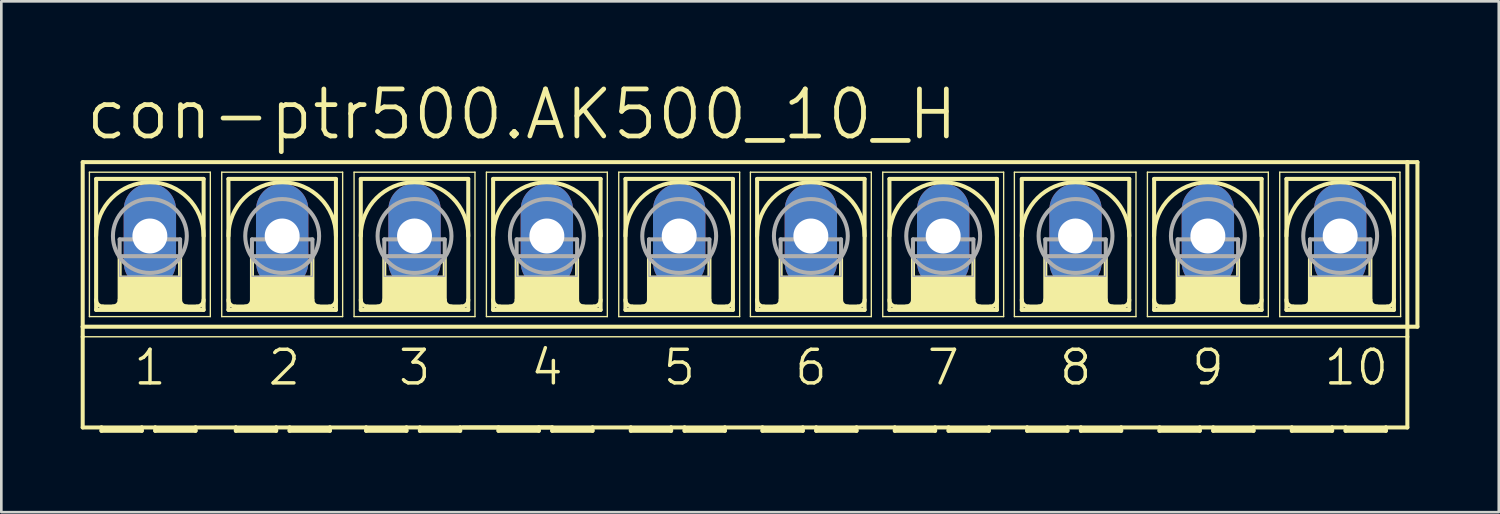
<source format=kicad_pcb>
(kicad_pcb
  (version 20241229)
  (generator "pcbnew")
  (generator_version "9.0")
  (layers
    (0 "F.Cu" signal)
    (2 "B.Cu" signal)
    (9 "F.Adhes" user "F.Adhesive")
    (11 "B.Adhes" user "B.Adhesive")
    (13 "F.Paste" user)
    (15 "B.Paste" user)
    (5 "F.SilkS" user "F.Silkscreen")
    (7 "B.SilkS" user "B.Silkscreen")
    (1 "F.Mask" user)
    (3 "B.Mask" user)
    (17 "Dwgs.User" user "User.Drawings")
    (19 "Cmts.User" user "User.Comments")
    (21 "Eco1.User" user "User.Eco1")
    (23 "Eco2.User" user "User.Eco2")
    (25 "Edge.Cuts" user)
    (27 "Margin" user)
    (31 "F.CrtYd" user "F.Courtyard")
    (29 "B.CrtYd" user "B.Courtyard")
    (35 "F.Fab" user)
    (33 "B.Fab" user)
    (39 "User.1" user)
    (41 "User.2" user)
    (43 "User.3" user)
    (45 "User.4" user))
  (footprint "con-ptr500.AK500_10_H"
    (layer "F.Cu")
    (at 25.121 5.874)
    (property "Reference" "con-ptr500.AK500_10_H" (at -25.019 -3.556 0) (layer "F.SilkS") (effects (font (size 1.778 1.778) (thickness 0.18)) (justify left bottom)))
    (attr through_hole)
    (fp_line (start -25.044 3.429) (end -25.044 -2.794) (stroke (width 0.152) (type default)) (layer "F.SilkS"))
    (fp_line (start -25.044 3.429) (end 25.044 3.429) (stroke (width 0.152) (type default)) (layer "F.SilkS"))
    (fp_line (start -25.044 3.81) (end -25.044 3.429) (stroke (width 0.152) (type default)) (layer "F.SilkS"))
    (fp_line (start -25.044 7.239) (end -25.044 3.81) (stroke (width 0.152) (type default)) (layer "F.SilkS"))
    (fp_line (start -25.044 7.239) (end -24.333 7.239) (stroke (width 0.152) (type default)) (layer "F.SilkS"))
    (fp_line (start -24.79 -2.413) (end -24.79 3.048) (stroke (width 0.051) (type default)) (layer "F.SilkS"))
    (fp_line (start -24.79 -2.413) (end -20.218 -2.413) (stroke (width 0.051) (type default)) (layer "F.SilkS"))
    (fp_line (start -24.536 2.794) (end -24.536 -2.159) (stroke (width 0.152) (type default)) (layer "F.SilkS"))
    (fp_line (start -24.536 2.794) (end -20.472 2.794) (stroke (width 0.152) (type default)) (layer "F.SilkS"))
    (fp_line (start -24.333 7.239) (end -22.809 7.239) (stroke (width 0.152) (type default)) (layer "F.SilkS"))
    (fp_line (start -24.333 7.366) (end -24.333 7.239) (stroke (width 0.152) (type default)) (layer "F.SilkS"))
    (fp_line (start -24.333 7.366) (end -22.809 7.366) (stroke (width 0.152) (type default)) (layer "F.SilkS"))
    (fp_line (start -23.647 0.762) (end -23.647 2.413) (stroke (width 0.152) (type default)) (layer "F.SilkS"))
    (fp_line (start -22.809 7.239) (end -22.809 7.366) (stroke (width 0.152) (type default)) (layer "F.SilkS"))
    (fp_line (start -22.809 7.239) (end -22.301 7.239) (stroke (width 0.152) (type default)) (layer "F.SilkS"))
    (fp_line (start -22.301 7.239) (end -20.777 7.239) (stroke (width 0.152) (type default)) (layer "F.SilkS"))
    (fp_line (start -22.301 7.366) (end -22.301 7.239) (stroke (width 0.152) (type default)) (layer "F.SilkS"))
    (fp_line (start -22.301 7.366) (end -20.777 7.366) (stroke (width 0.152) (type default)) (layer "F.SilkS"))
    (fp_line (start -21.361 0.762) (end -21.361 2.413) (stroke (width 0.152) (type default)) (layer "F.SilkS"))
    (fp_line (start -20.777 7.239) (end -19.253 7.239) (stroke (width 0.152) (type default)) (layer "F.SilkS"))
    (fp_line (start -20.777 7.366) (end -20.777 7.239) (stroke (width 0.152) (type default)) (layer "F.SilkS"))
    (fp_line (start -20.726 2.667) (end -24.282 2.667) (stroke (width 0.152) (type default)) (layer "F.SilkS"))
    (fp_line (start -20.472 -2.159) (end -24.536 -2.159) (stroke (width 0.152) (type default)) (layer "F.SilkS"))
    (fp_line (start -20.472 -2.159) (end -20.472 2.794) (stroke (width 0.152) (type default)) (layer "F.SilkS"))
    (fp_line (start -20.218 -2.413) (end -20.218 3.048) (stroke (width 0.051) (type default)) (layer "F.SilkS"))
    (fp_line (start -20.218 3.048) (end -24.79 3.048) (stroke (width 0.051) (type default)) (layer "F.SilkS"))
    (fp_line (start -19.787 -2.413) (end -19.787 3.048) (stroke (width 0.051) (type default)) (layer "F.SilkS"))
    (fp_line (start -19.787 -2.413) (end -15.215 -2.413) (stroke (width 0.051) (type default)) (layer "F.SilkS"))
    (fp_line (start -19.533 -2.159) (end -19.533 2.794) (stroke (width 0.152) (type default)) (layer "F.SilkS"))
    (fp_line (start -19.533 2.794) (end -15.469 2.794) (stroke (width 0.152) (type default)) (layer "F.SilkS"))
    (fp_line (start -19.253 7.239) (end -17.729 7.239) (stroke (width 0.152) (type default)) (layer "F.SilkS"))
    (fp_line (start -19.253 7.366) (end -19.253 7.239) (stroke (width 0.152) (type default)) (layer "F.SilkS"))
    (fp_line (start -19.253 7.366) (end -17.729 7.366) (stroke (width 0.152) (type default)) (layer "F.SilkS"))
    (fp_line (start -18.644 0.762) (end -18.644 2.413) (stroke (width 0.152) (type default)) (layer "F.SilkS"))
    (fp_line (start -17.729 7.239) (end -17.729 7.366) (stroke (width 0.152) (type default)) (layer "F.SilkS"))
    (fp_line (start -17.729 7.239) (end -17.221 7.239) (stroke (width 0.152) (type default)) (layer "F.SilkS"))
    (fp_line (start -17.221 7.239) (end -15.697 7.239) (stroke (width 0.152) (type default)) (layer "F.SilkS"))
    (fp_line (start -17.221 7.366) (end -17.221 7.239) (stroke (width 0.152) (type default)) (layer "F.SilkS"))
    (fp_line (start -17.221 7.366) (end -15.697 7.366) (stroke (width 0.152) (type default)) (layer "F.SilkS"))
    (fp_line (start -16.358 0.762) (end -16.358 2.413) (stroke (width 0.152) (type default)) (layer "F.SilkS"))
    (fp_line (start -15.723 2.667) (end -19.279 2.667) (stroke (width 0.152) (type default)) (layer "F.SilkS"))
    (fp_line (start -15.697 7.366) (end -15.697 7.239) (stroke (width 0.152) (type default)) (layer "F.SilkS"))
    (fp_line (start -15.469 -2.159) (end -19.533 -2.159) (stroke (width 0.152) (type default)) (layer "F.SilkS"))
    (fp_line (start -15.469 2.794) (end -15.469 -2.159) (stroke (width 0.152) (type default)) (layer "F.SilkS"))
    (fp_line (start -15.215 3.048) (end -19.787 3.048) (stroke (width 0.051) (type default)) (layer "F.SilkS"))
    (fp_line (start -15.215 3.048) (end -15.215 -2.413) (stroke (width 0.051) (type default)) (layer "F.SilkS"))
    (fp_line (start -14.783 -2.413) (end -14.783 3.048) (stroke (width 0.051) (type default)) (layer "F.SilkS"))
    (fp_line (start -14.783 -2.413) (end -10.211 -2.413) (stroke (width 0.051) (type default)) (layer "F.SilkS"))
    (fp_line (start -14.529 2.794) (end -14.529 -2.159) (stroke (width 0.152) (type default)) (layer "F.SilkS"))
    (fp_line (start -14.529 2.794) (end -10.465 2.794) (stroke (width 0.152) (type default)) (layer "F.SilkS"))
    (fp_line (start -14.326 7.239) (end -15.697 7.239) (stroke (width 0.152) (type default)) (layer "F.SilkS"))
    (fp_line (start -14.326 7.239) (end -14.326 7.366) (stroke (width 0.152) (type default)) (layer "F.SilkS"))
    (fp_line (start -14.326 7.239) (end -12.802 7.239) (stroke (width 0.152) (type default)) (layer "F.SilkS"))
    (fp_line (start -14.326 7.366) (end -12.802 7.366) (stroke (width 0.152) (type default)) (layer "F.SilkS"))
    (fp_line (start -13.64 0.762) (end -13.64 2.413) (stroke (width 0.152) (type default)) (layer "F.SilkS"))
    (fp_line (start -12.802 7.239) (end -12.802 7.366) (stroke (width 0.152) (type default)) (layer "F.SilkS"))
    (fp_line (start -12.802 7.239) (end -12.294 7.239) (stroke (width 0.152) (type default)) (layer "F.SilkS"))
    (fp_line (start -12.294 7.239) (end -12.294 7.366) (stroke (width 0.152) (type default)) (layer "F.SilkS"))
    (fp_line (start -12.294 7.239) (end -10.77 7.239) (stroke (width 0.152) (type default)) (layer "F.SilkS"))
    (fp_line (start -12.294 7.366) (end -10.77 7.366) (stroke (width 0.152) (type default)) (layer "F.SilkS"))
    (fp_line (start -11.354 0.762) (end -11.354 2.413) (stroke (width 0.152) (type default)) (layer "F.SilkS"))
    (fp_line (start -10.77 7.366) (end -10.77 7.239) (stroke (width 0.152) (type default)) (layer "F.SilkS"))
    (fp_line (start -10.719 2.667) (end -14.275 2.667) (stroke (width 0.152) (type default)) (layer "F.SilkS"))
    (fp_line (start -10.465 -2.159) (end -14.529 -2.159) (stroke (width 0.152) (type default)) (layer "F.SilkS"))
    (fp_line (start -10.465 -2.159) (end -10.465 2.794) (stroke (width 0.152) (type default)) (layer "F.SilkS"))
    (fp_line (start -10.211 -2.413) (end -10.211 3.048) (stroke (width 0.051) (type default)) (layer "F.SilkS"))
    (fp_line (start -10.211 3.048) (end -14.783 3.048) (stroke (width 0.051) (type default)) (layer "F.SilkS"))
    (fp_line (start -9.779 -2.413) (end -9.779 3.048) (stroke (width 0.051) (type default)) (layer "F.SilkS"))
    (fp_line (start -9.779 -2.413) (end -5.207 -2.413) (stroke (width 0.051) (type default)) (layer "F.SilkS"))
    (fp_line (start -9.525 2.794) (end -9.525 -2.159) (stroke (width 0.152) (type default)) (layer "F.SilkS"))
    (fp_line (start -9.525 2.794) (end -5.461 2.794) (stroke (width 0.152) (type default)) (layer "F.SilkS"))
    (fp_line (start -9.322 7.239) (end -10.668 7.239) (stroke (width 0.152) (type default)) (layer "F.SilkS"))
    (fp_line (start -9.322 7.239) (end -9.322 7.366) (stroke (width 0.152) (type default)) (layer "F.SilkS"))
    (fp_line (start -9.322 7.239) (end -7.798 7.239) (stroke (width 0.152) (type default)) (layer "F.SilkS"))
    (fp_line (start -9.322 7.366) (end -7.798 7.366) (stroke (width 0.152) (type default)) (layer "F.SilkS"))
    (fp_line (start -8.636 0.762) (end -8.636 2.413) (stroke (width 0.152) (type default)) (layer "F.SilkS"))
    (fp_line (start -7.798 7.239) (end -7.798 7.366) (stroke (width 0.152) (type default)) (layer "F.SilkS"))
    (fp_line (start -7.798 7.239) (end -7.29 7.239) (stroke (width 0.152) (type default)) (layer "F.SilkS"))
    (fp_line (start -7.29 7.239) (end -10.77 7.239) (stroke (width 0.152) (type default)) (layer "F.SilkS"))
    (fp_line (start -7.29 7.239) (end -7.29 7.366) (stroke (width 0.152) (type default)) (layer "F.SilkS"))
    (fp_line (start -7.29 7.366) (end -5.766 7.366) (stroke (width 0.152) (type default)) (layer "F.SilkS"))
    (fp_line (start -6.35 0.762) (end -6.35 2.413) (stroke (width 0.152) (type default)) (layer "F.SilkS"))
    (fp_line (start -5.766 7.239) (end -7.29 7.239) (stroke (width 0.152) (type default)) (layer "F.SilkS"))
    (fp_line (start -5.766 7.366) (end -5.766 7.239) (stroke (width 0.152) (type default)) (layer "F.SilkS"))
    (fp_line (start -5.715 2.667) (end -9.271 2.667) (stroke (width 0.152) (type default)) (layer "F.SilkS"))
    (fp_line (start -5.461 -2.159) (end -9.525 -2.159) (stroke (width 0.152) (type default)) (layer "F.SilkS"))
    (fp_line (start -5.461 -2.159) (end -5.461 2.794) (stroke (width 0.152) (type default)) (layer "F.SilkS"))
    (fp_line (start -5.207 -2.413) (end -5.207 3.048) (stroke (width 0.051) (type default)) (layer "F.SilkS"))
    (fp_line (start -5.207 3.048) (end -9.779 3.048) (stroke (width 0.051) (type default)) (layer "F.SilkS"))
    (fp_line (start -4.775 -2.413) (end -4.775 3.048) (stroke (width 0.051) (type default)) (layer "F.SilkS"))
    (fp_line (start -4.775 -2.413) (end -0.203 -2.413) (stroke (width 0.051) (type default)) (layer "F.SilkS"))
    (fp_line (start -4.521 2.794) (end -4.521 -2.159) (stroke (width 0.152) (type default)) (layer "F.SilkS"))
    (fp_line (start -4.521 2.794) (end -0.457 2.794) (stroke (width 0.152) (type default)) (layer "F.SilkS"))
    (fp_line (start -4.318 7.239) (end -5.766 7.239) (stroke (width 0.152) (type default)) (layer "F.SilkS"))
    (fp_line (start -4.318 7.366) (end -4.318 7.239) (stroke (width 0.152) (type default)) (layer "F.SilkS"))
    (fp_line (start -4.318 7.366) (end -2.794 7.366) (stroke (width 0.152) (type default)) (layer "F.SilkS"))
    (fp_line (start -3.632 0.762) (end -3.632 2.413) (stroke (width 0.152) (type default)) (layer "F.SilkS"))
    (fp_line (start -2.794 7.239) (end -4.318 7.239) (stroke (width 0.152) (type default)) (layer "F.SilkS"))
    (fp_line (start -2.794 7.239) (end -2.794 7.366) (stroke (width 0.152) (type default)) (layer "F.SilkS"))
    (fp_line (start -2.286 7.239) (end -2.794 7.239) (stroke (width 0.152) (type default)) (layer "F.SilkS"))
    (fp_line (start -2.286 7.366) (end -2.286 7.239) (stroke (width 0.152) (type default)) (layer "F.SilkS"))
    (fp_line (start -2.286 7.366) (end -0.762 7.366) (stroke (width 0.152) (type default)) (layer "F.SilkS"))
    (fp_line (start -1.346 0.762) (end -1.346 2.413) (stroke (width 0.152) (type default)) (layer "F.SilkS"))
    (fp_line (start -0.762 7.239) (end -2.286 7.239) (stroke (width 0.152) (type default)) (layer "F.SilkS"))
    (fp_line (start -0.762 7.366) (end -0.762 7.239) (stroke (width 0.152) (type default)) (layer "F.SilkS"))
    (fp_line (start -0.711 2.667) (end -4.267 2.667) (stroke (width 0.152) (type default)) (layer "F.SilkS"))
    (fp_line (start -0.457 -2.159) (end -4.521 -2.159) (stroke (width 0.152) (type default)) (layer "F.SilkS"))
    (fp_line (start -0.457 -2.159) (end -0.457 2.794) (stroke (width 0.152) (type default)) (layer "F.SilkS"))
    (fp_line (start -0.203 -2.413) (end -0.203 3.048) (stroke (width 0.051) (type default)) (layer "F.SilkS"))
    (fp_line (start -0.203 3.048) (end -4.775 3.048) (stroke (width 0.051) (type default)) (layer "F.SilkS"))
    (fp_line (start 0.203 -2.413) (end 0.203 3.048) (stroke (width 0.051) (type default)) (layer "F.SilkS"))
    (fp_line (start 0.203 -2.413) (end 4.775 -2.413) (stroke (width 0.051) (type default)) (layer "F.SilkS"))
    (fp_line (start 0.457 2.794) (end 0.457 -2.159) (stroke (width 0.152) (type default)) (layer "F.SilkS"))
    (fp_line (start 0.457 2.794) (end 4.521 2.794) (stroke (width 0.152) (type default)) (layer "F.SilkS"))
    (fp_line (start 0.66 7.239) (end -0.762 7.239) (stroke (width 0.152) (type default)) (layer "F.SilkS"))
    (fp_line (start 0.66 7.366) (end 0.66 7.239) (stroke (width 0.152) (type default)) (layer "F.SilkS"))
    (fp_line (start 0.66 7.366) (end 2.184 7.366) (stroke (width 0.152) (type default)) (layer "F.SilkS"))
    (fp_line (start 1.346 0.762) (end 1.346 2.413) (stroke (width 0.152) (type default)) (layer "F.SilkS"))
    (fp_line (start 2.184 7.239) (end 0.66 7.239) (stroke (width 0.152) (type default)) (layer "F.SilkS"))
    (fp_line (start 2.184 7.239) (end 2.184 7.366) (stroke (width 0.152) (type default)) (layer "F.SilkS"))
    (fp_line (start 2.692 7.239) (end 2.184 7.239) (stroke (width 0.152) (type default)) (layer "F.SilkS"))
    (fp_line (start 2.692 7.239) (end 4.216 7.239) (stroke (width 0.152) (type default)) (layer "F.SilkS"))
    (fp_line (start 2.692 7.366) (end 2.692 7.239) (stroke (width 0.152) (type default)) (layer "F.SilkS"))
    (fp_line (start 2.692 7.366) (end 4.216 7.366) (stroke (width 0.152) (type default)) (layer "F.SilkS"))
    (fp_line (start 3.632 0.762) (end 3.632 2.413) (stroke (width 0.152) (type default)) (layer "F.SilkS"))
    (fp_line (start 4.216 7.239) (end 5.664 7.239) (stroke (width 0.152) (type default)) (layer "F.SilkS"))
    (fp_line (start 4.216 7.366) (end 4.216 7.239) (stroke (width 0.152) (type default)) (layer "F.SilkS"))
    (fp_line (start 4.267 2.667) (end 0.711 2.667) (stroke (width 0.152) (type default)) (layer "F.SilkS"))
    (fp_line (start 4.521 -2.159) (end 0.457 -2.159) (stroke (width 0.152) (type default)) (layer "F.SilkS"))
    (fp_line (start 4.521 -2.159) (end 4.521 2.794) (stroke (width 0.152) (type default)) (layer "F.SilkS"))
    (fp_line (start 4.775 -2.413) (end 4.775 3.048) (stroke (width 0.051) (type default)) (layer "F.SilkS"))
    (fp_line (start 4.775 3.048) (end 0.203 3.048) (stroke (width 0.051) (type default)) (layer "F.SilkS"))
    (fp_line (start 5.207 -2.413) (end 5.207 3.048) (stroke (width 0.051) (type default)) (layer "F.SilkS"))
    (fp_line (start 5.207 -2.413) (end 9.779 -2.413) (stroke (width 0.051) (type default)) (layer "F.SilkS"))
    (fp_line (start 5.461 2.794) (end 5.461 -2.159) (stroke (width 0.152) (type default)) (layer "F.SilkS"))
    (fp_line (start 5.461 2.794) (end 9.525 2.794) (stroke (width 0.152) (type default)) (layer "F.SilkS"))
    (fp_line (start 5.664 7.366) (end 5.664 7.239) (stroke (width 0.152) (type default)) (layer "F.SilkS"))
    (fp_line (start 5.664 7.366) (end 7.188 7.366) (stroke (width 0.152) (type default)) (layer "F.SilkS"))
    (fp_line (start 6.35 0.762) (end 6.35 2.413) (stroke (width 0.152) (type default)) (layer "F.SilkS"))
    (fp_line (start 7.188 7.239) (end 5.664 7.239) (stroke (width 0.152) (type default)) (layer "F.SilkS"))
    (fp_line (start 7.188 7.239) (end 7.188 7.366) (stroke (width 0.152) (type default)) (layer "F.SilkS"))
    (fp_line (start 7.696 7.239) (end 7.188 7.239) (stroke (width 0.152) (type default)) (layer "F.SilkS"))
    (fp_line (start 7.696 7.239) (end 9.22 7.239) (stroke (width 0.152) (type default)) (layer "F.SilkS"))
    (fp_line (start 7.696 7.366) (end 7.696 7.239) (stroke (width 0.152) (type default)) (layer "F.SilkS"))
    (fp_line (start 7.696 7.366) (end 9.22 7.366) (stroke (width 0.152) (type default)) (layer "F.SilkS"))
    (fp_line (start 8.636 0.762) (end 8.636 2.413) (stroke (width 0.152) (type default)) (layer "F.SilkS"))
    (fp_line (start 9.22 7.366) (end 9.22 7.239) (stroke (width 0.152) (type default)) (layer "F.SilkS"))
    (fp_line (start 9.271 2.667) (end 5.715 2.667) (stroke (width 0.152) (type default)) (layer "F.SilkS"))
    (fp_line (start 9.525 -2.159) (end 5.461 -2.159) (stroke (width 0.152) (type default)) (layer "F.SilkS"))
    (fp_line (start 9.525 -2.159) (end 9.525 2.794) (stroke (width 0.152) (type default)) (layer "F.SilkS"))
    (fp_line (start 9.779 -2.413) (end 9.779 3.048) (stroke (width 0.051) (type default)) (layer "F.SilkS"))
    (fp_line (start 9.779 3.048) (end 5.207 3.048) (stroke (width 0.051) (type default)) (layer "F.SilkS"))
    (fp_line (start 10.185 -2.413) (end 10.185 3.048) (stroke (width 0.051) (type default)) (layer "F.SilkS"))
    (fp_line (start 10.185 -2.413) (end 14.783 -2.413) (stroke (width 0.051) (type default)) (layer "F.SilkS"))
    (fp_line (start 10.465 2.794) (end 10.465 -2.159) (stroke (width 0.152) (type default)) (layer "F.SilkS"))
    (fp_line (start 10.465 2.794) (end 14.529 2.794) (stroke (width 0.152) (type default)) (layer "F.SilkS"))
    (fp_line (start 10.668 7.239) (end 9.22 7.239) (stroke (width 0.152) (type default)) (layer "F.SilkS"))
    (fp_line (start 10.668 7.239) (end 12.192 7.239) (stroke (width 0.152) (type default)) (layer "F.SilkS"))
    (fp_line (start 10.668 7.366) (end 10.668 7.239) (stroke (width 0.152) (type default)) (layer "F.SilkS"))
    (fp_line (start 10.668 7.366) (end 12.192 7.366) (stroke (width 0.152) (type default)) (layer "F.SilkS"))
    (fp_line (start 11.354 0.762) (end 11.354 2.413) (stroke (width 0.152) (type default)) (layer "F.SilkS"))
    (fp_line (start 12.192 7.239) (end 12.192 7.366) (stroke (width 0.152) (type default)) (layer "F.SilkS"))
    (fp_line (start 12.192 7.239) (end 12.7 7.239) (stroke (width 0.152) (type default)) (layer "F.SilkS"))
    (fp_line (start 12.7 7.239) (end 14.224 7.239) (stroke (width 0.152) (type default)) (layer "F.SilkS"))
    (fp_line (start 12.7 7.366) (end 12.7 7.239) (stroke (width 0.152) (type default)) (layer "F.SilkS"))
    (fp_line (start 12.7 7.366) (end 14.224 7.366) (stroke (width 0.152) (type default)) (layer "F.SilkS"))
    (fp_line (start 13.64 0.762) (end 13.64 2.413) (stroke (width 0.152) (type default)) (layer "F.SilkS"))
    (fp_line (start 14.224 7.366) (end 14.224 7.239) (stroke (width 0.152) (type default)) (layer "F.SilkS"))
    (fp_line (start 14.275 2.667) (end 10.719 2.667) (stroke (width 0.152) (type default)) (layer "F.SilkS"))
    (fp_line (start 14.529 -2.159) (end 10.465 -2.159) (stroke (width 0.152) (type default)) (layer "F.SilkS"))
    (fp_line (start 14.529 -2.159) (end 14.529 2.794) (stroke (width 0.152) (type default)) (layer "F.SilkS"))
    (fp_line (start 14.783 -2.413) (end 14.783 3.048) (stroke (width 0.051) (type default)) (layer "F.SilkS"))
    (fp_line (start 14.783 3.048) (end 10.185 3.048) (stroke (width 0.051) (type default)) (layer "F.SilkS"))
    (fp_line (start 15.215 -2.413) (end 15.215 3.048) (stroke (width 0.051) (type default)) (layer "F.SilkS"))
    (fp_line (start 15.215 -2.413) (end 19.787 -2.413) (stroke (width 0.051) (type default)) (layer "F.SilkS"))
    (fp_line (start 15.469 2.794) (end 15.469 -2.159) (stroke (width 0.152) (type default)) (layer "F.SilkS"))
    (fp_line (start 15.469 2.794) (end 19.533 2.794) (stroke (width 0.152) (type default)) (layer "F.SilkS"))
    (fp_line (start 15.672 7.239) (end 14.224 7.239) (stroke (width 0.152) (type default)) (layer "F.SilkS"))
    (fp_line (start 15.672 7.239) (end 17.196 7.239) (stroke (width 0.152) (type default)) (layer "F.SilkS"))
    (fp_line (start 15.672 7.366) (end 15.672 7.239) (stroke (width 0.152) (type default)) (layer "F.SilkS"))
    (fp_line (start 15.672 7.366) (end 17.196 7.366) (stroke (width 0.152) (type default)) (layer "F.SilkS"))
    (fp_line (start 16.358 0.762) (end 16.358 2.413) (stroke (width 0.152) (type default)) (layer "F.SilkS"))
    (fp_line (start 17.196 7.239) (end 17.196 7.366) (stroke (width 0.152) (type default)) (layer "F.SilkS"))
    (fp_line (start 17.704 7.239) (end 17.196 7.239) (stroke (width 0.152) (type default)) (layer "F.SilkS"))
    (fp_line (start 17.704 7.366) (end 17.704 7.239) (stroke (width 0.152) (type default)) (layer "F.SilkS"))
    (fp_line (start 17.704 7.366) (end 19.228 7.366) (stroke (width 0.152) (type default)) (layer "F.SilkS"))
    (fp_line (start 18.644 0.762) (end 18.644 2.413) (stroke (width 0.152) (type default)) (layer "F.SilkS"))
    (fp_line (start 19.228 7.239) (end 17.704 7.239) (stroke (width 0.152) (type default)) (layer "F.SilkS"))
    (fp_line (start 19.228 7.366) (end 19.228 7.239) (stroke (width 0.152) (type default)) (layer "F.SilkS"))
    (fp_line (start 19.279 2.667) (end 15.723 2.667) (stroke (width 0.152) (type default)) (layer "F.SilkS"))
    (fp_line (start 19.533 -2.159) (end 15.469 -2.159) (stroke (width 0.152) (type default)) (layer "F.SilkS"))
    (fp_line (start 19.533 -2.159) (end 19.533 2.794) (stroke (width 0.152) (type default)) (layer "F.SilkS"))
    (fp_line (start 19.787 -2.413) (end 19.787 3.048) (stroke (width 0.051) (type default)) (layer "F.SilkS"))
    (fp_line (start 19.787 3.048) (end 15.215 3.048) (stroke (width 0.051) (type default)) (layer "F.SilkS"))
    (fp_line (start 20.218 -2.413) (end 20.218 3.048) (stroke (width 0.051) (type default)) (layer "F.SilkS"))
    (fp_line (start 20.218 -2.413) (end 24.765 -2.413) (stroke (width 0.051) (type default)) (layer "F.SilkS"))
    (fp_line (start 20.472 2.794) (end 20.472 -2.159) (stroke (width 0.152) (type default)) (layer "F.SilkS"))
    (fp_line (start 20.472 2.794) (end 24.536 2.794) (stroke (width 0.152) (type default)) (layer "F.SilkS"))
    (fp_line (start 20.676 7.239) (end 19.228 7.239) (stroke (width 0.152) (type default)) (layer "F.SilkS"))
    (fp_line (start 20.676 7.366) (end 20.676 7.239) (stroke (width 0.152) (type default)) (layer "F.SilkS"))
    (fp_line (start 20.676 7.366) (end 22.2 7.366) (stroke (width 0.152) (type default)) (layer "F.SilkS"))
    (fp_line (start 21.361 0.762) (end 21.361 2.413) (stroke (width 0.152) (type default)) (layer "F.SilkS"))
    (fp_line (start 22.2 7.239) (end 20.676 7.239) (stroke (width 0.152) (type default)) (layer "F.SilkS"))
    (fp_line (start 22.2 7.239) (end 22.2 7.366) (stroke (width 0.152) (type default)) (layer "F.SilkS"))
    (fp_line (start 22.708 7.239) (end 22.2 7.239) (stroke (width 0.152) (type default)) (layer "F.SilkS"))
    (fp_line (start 22.708 7.366) (end 22.708 7.239) (stroke (width 0.152) (type default)) (layer "F.SilkS"))
    (fp_line (start 22.708 7.366) (end 24.232 7.366) (stroke (width 0.152) (type default)) (layer "F.SilkS"))
    (fp_line (start 23.647 0.762) (end 23.647 2.413) (stroke (width 0.152) (type default)) (layer "F.SilkS"))
    (fp_line (start 24.232 7.239) (end 22.708 7.239) (stroke (width 0.152) (type default)) (layer "F.SilkS"))
    (fp_line (start 24.232 7.366) (end 24.232 7.239) (stroke (width 0.152) (type default)) (layer "F.SilkS"))
    (fp_line (start 24.282 2.667) (end 20.726 2.667) (stroke (width 0.152) (type default)) (layer "F.SilkS"))
    (fp_line (start 24.536 -2.159) (end 20.472 -2.159) (stroke (width 0.152) (type default)) (layer "F.SilkS"))
    (fp_line (start 24.536 -2.159) (end 24.536 2.794) (stroke (width 0.152) (type default)) (layer "F.SilkS"))
    (fp_line (start 24.765 -2.413) (end 24.79 3.048) (stroke (width 0.051) (type default)) (layer "F.SilkS"))
    (fp_line (start 24.79 3.048) (end 20.218 3.048) (stroke (width 0.051) (type default)) (layer "F.SilkS"))
    (fp_line (start 25.044 -2.794) (end -25.044 -2.794) (stroke (width 0.152) (type default)) (layer "F.SilkS"))
    (fp_line (start 25.044 -2.794) (end 25.044 3.429) (stroke (width 0.152) (type default)) (layer "F.SilkS"))
    (fp_line (start 25.044 3.429) (end 25.044 3.81) (stroke (width 0.152) (type default)) (layer "F.SilkS"))
    (fp_line (start 25.044 3.81) (end -25.044 3.81) (stroke (width 0.051) (type default)) (layer "F.SilkS"))
    (fp_line (start 25.044 3.81) (end 25.044 7.239) (stroke (width 0.152) (type default)) (layer "F.SilkS"))
    (fp_line (start 25.044 7.239) (end 24.232 7.239) (stroke (width 0.152) (type default)) (layer "F.SilkS"))
    (fp_line (start 25.425 -2.794) (end 25.044 -2.794) (stroke (width 0.152) (type default)) (layer "F.SilkS"))
    (fp_line (start 25.425 -2.794) (end 25.425 3.429) (stroke (width 0.152) (type default)) (layer "F.SilkS"))
    (fp_line (start 25.425 3.429) (end 25.044 3.429) (stroke (width 0.152) (type default)) (layer "F.SilkS"))
    (fp_rect (start -23.647 2.667) (end -21.361 1.524) (stroke (width 0.05) (type default)) (fill yes) (layer "F.SilkS"))
    (fp_rect (start -18.644 2.667) (end -16.358 1.524) (stroke (width 0.05) (type default)) (fill yes) (layer "F.SilkS"))
    (fp_rect (start -13.64 2.667) (end -11.354 1.524) (stroke (width 0.05) (type default)) (fill yes) (layer "F.SilkS"))
    (fp_rect (start -8.636 2.667) (end -6.35 1.524) (stroke (width 0.05) (type default)) (fill yes) (layer "F.SilkS"))
    (fp_rect (start -3.632 2.667) (end -1.346 1.524) (stroke (width 0.05) (type default)) (fill yes) (layer "F.SilkS"))
    (fp_rect (start 1.346 2.667) (end 3.632 1.524) (stroke (width 0.05) (type default)) (fill yes) (layer "F.SilkS"))
    (fp_rect (start 6.35 2.667) (end 8.636 1.524) (stroke (width 0.05) (type default)) (fill yes) (layer "F.SilkS"))
    (fp_rect (start 11.354 2.667) (end 13.64 1.524) (stroke (width 0.05) (type default)) (fill yes) (layer "F.SilkS"))
    (fp_rect (start 16.358 2.667) (end 18.644 1.524) (stroke (width 0.05) (type default)) (fill yes) (layer "F.SilkS"))
    (fp_rect (start 21.361 2.667) (end 23.647 1.524) (stroke (width 0.05) (type default)) (fill yes) (layer "F.SilkS"))
    (fp_arc (start -24.5364 0) (mid -22.5044 -2.032) (end -20.4724 0) (stroke (width 0.1524) (type default)) (layer "F.SilkS"))
    (fp_arc (start -24.2824 2.667) (mid -24.462005 2.592605) (end -24.5364 2.413) (stroke (width 0.1524) (type default)) (layer "F.SilkS"))
    (fp_arc (start -23.6474 2.413) (mid -23.721795 2.592605) (end -23.9014 2.667) (stroke (width 0.1524) (type default)) (layer "F.SilkS"))
    (fp_arc (start -21.1074 2.667) (mid -21.287005 2.592605) (end -21.3614 2.413) (stroke (width 0.1524) (type default)) (layer "F.SilkS"))
    (fp_arc (start -20.4724 2.413) (mid -20.546795 2.592605) (end -20.7264 2.667) (stroke (width 0.1524) (type default)) (layer "F.SilkS"))
    (fp_arc (start -19.5326 0) (mid -17.5006 -2.032) (end -15.4686 0) (stroke (width 0.1524) (type default)) (layer "F.SilkS"))
    (fp_arc (start -19.2786 2.667) (mid -19.458205 2.592605) (end -19.5326 2.413) (stroke (width 0.1524) (type default)) (layer "F.SilkS"))
    (fp_arc (start -18.6436 2.413) (mid -18.717995 2.592605) (end -18.8976 2.667) (stroke (width 0.1524) (type default)) (layer "F.SilkS"))
    (fp_arc (start -16.1036 2.667) (mid -16.283205 2.592605) (end -16.3576 2.413) (stroke (width 0.1524) (type default)) (layer "F.SilkS"))
    (fp_arc (start -15.4686 2.413) (mid -15.542995 2.592605) (end -15.7226 2.667) (stroke (width 0.1524) (type default)) (layer "F.SilkS"))
    (fp_arc (start -14.5288 0) (mid -12.4968 -2.032) (end -10.4648 0) (stroke (width 0.1524) (type default)) (layer "F.SilkS"))
    (fp_arc (start -14.2748 2.667) (mid -14.454405 2.592605) (end -14.5288 2.413) (stroke (width 0.1524) (type default)) (layer "F.SilkS"))
    (fp_arc (start -13.6398 2.413) (mid -13.714195 2.592605) (end -13.8938 2.667) (stroke (width 0.1524) (type default)) (layer "F.SilkS"))
    (fp_arc (start -11.0998 2.667) (mid -11.279405 2.592605) (end -11.3538 2.413) (stroke (width 0.1524) (type default)) (layer "F.SilkS"))
    (fp_arc (start -10.4648 2.413) (mid -10.539195 2.592605) (end -10.7188 2.667) (stroke (width 0.1524) (type default)) (layer "F.SilkS"))
    (fp_arc (start -9.525 0) (mid -7.493 -2.032) (end -5.461 0) (stroke (width 0.1524) (type default)) (layer "F.SilkS"))
    (fp_arc (start -9.271 2.667) (mid -9.450605 2.592605) (end -9.525 2.413) (stroke (width 0.1524) (type default)) (layer "F.SilkS"))
    (fp_arc (start -8.636 2.413) (mid -8.710395 2.592605) (end -8.89 2.667) (stroke (width 0.1524) (type default)) (layer "F.SilkS"))
    (fp_arc (start -6.096 2.667) (mid -6.275605 2.592605) (end -6.35 2.413) (stroke (width 0.1524) (type default)) (layer "F.SilkS"))
    (fp_arc (start -5.461 2.413) (mid -5.535395 2.592605) (end -5.715 2.667) (stroke (width 0.1524) (type default)) (layer "F.SilkS"))
    (fp_arc (start -4.5212 0) (mid -2.4892 -2.032) (end -0.4572 0) (stroke (width 0.1524) (type default)) (layer "F.SilkS"))
    (fp_arc (start -4.2672 2.667) (mid -4.446805 2.592605) (end -4.5212 2.413) (stroke (width 0.1524) (type default)) (layer "F.SilkS"))
    (fp_arc (start -3.6322 2.413) (mid -3.706595 2.592605) (end -3.8862 2.667) (stroke (width 0.1524) (type default)) (layer "F.SilkS"))
    (fp_arc (start -1.0922 2.667) (mid -1.271805 2.592605) (end -1.3462 2.413) (stroke (width 0.1524) (type default)) (layer "F.SilkS"))
    (fp_arc (start -0.4572 2.413) (mid -0.531595 2.592605) (end -0.7112 2.667) (stroke (width 0.1524) (type default)) (layer "F.SilkS"))
    (fp_arc (start 0.4572 0) (mid 2.4892 -2.032) (end 4.5212 0) (stroke (width 0.1524) (type default)) (layer "F.SilkS"))
    (fp_arc (start 0.7112 2.667) (mid 0.531595 2.592605) (end 0.4572 2.413) (stroke (width 0.1524) (type default)) (layer "F.SilkS"))
    (fp_arc (start 1.3462 2.413) (mid 1.271805 2.592605) (end 1.0922 2.667) (stroke (width 0.1524) (type default)) (layer "F.SilkS"))
    (fp_arc (start 3.8862 2.667) (mid 3.706595 2.592605) (end 3.6322 2.413) (stroke (width 0.1524) (type default)) (layer "F.SilkS"))
    (fp_arc (start 4.5212 2.413) (mid 4.446805 2.592605) (end 4.2672 2.667) (stroke (width 0.1524) (type default)) (layer "F.SilkS"))
    (fp_arc (start 5.461 0) (mid 7.493 -2.032) (end 9.525 0) (stroke (width 0.1524) (type default)) (layer "F.SilkS"))
    (fp_arc (start 5.715 2.667) (mid 5.535395 2.592605) (end 5.461 2.413) (stroke (width 0.1524) (type default)) (layer "F.SilkS"))
    (fp_arc (start 6.35 2.413) (mid 6.275605 2.592605) (end 6.096 2.667) (stroke (width 0.1524) (type default)) (layer "F.SilkS"))
    (fp_arc (start 8.89 2.667) (mid 8.710395 2.592605) (end 8.636 2.413) (stroke (width 0.1524) (type default)) (layer "F.SilkS"))
    (fp_arc (start 9.525 2.413) (mid 9.450605 2.592605) (end 9.271 2.667) (stroke (width 0.1524) (type default)) (layer "F.SilkS"))
    (fp_arc (start 10.4648 0) (mid 12.4968 -2.032) (end 14.5288 0) (stroke (width 0.1524) (type default)) (layer "F.SilkS"))
    (fp_arc (start 10.7188 2.667) (mid 10.539195 2.592605) (end 10.4648 2.413) (stroke (width 0.1524) (type default)) (layer "F.SilkS"))
    (fp_arc (start 11.3538 2.413) (mid 11.279405 2.592605) (end 11.0998 2.667) (stroke (width 0.1524) (type default)) (layer "F.SilkS"))
    (fp_arc (start 13.8938 2.667) (mid 13.714195 2.592605) (end 13.6398 2.413) (stroke (width 0.1524) (type default)) (layer "F.SilkS"))
    (fp_arc (start 14.5288 2.413) (mid 14.454405 2.592605) (end 14.2748 2.667) (stroke (width 0.1524) (type default)) (layer "F.SilkS"))
    (fp_arc (start 15.4686 0) (mid 17.5006 -2.032) (end 19.5326 0) (stroke (width 0.1524) (type default)) (layer "F.SilkS"))
    (fp_arc (start 15.7226 2.667) (mid 15.542995 2.592605) (end 15.4686 2.413) (stroke (width 0.1524) (type default)) (layer "F.SilkS"))
    (fp_arc (start 16.3576 2.413) (mid 16.283205 2.592605) (end 16.1036 2.667) (stroke (width 0.1524) (type default)) (layer "F.SilkS"))
    (fp_arc (start 18.8976 2.667) (mid 18.717995 2.592605) (end 18.6436 2.413) (stroke (width 0.1524) (type default)) (layer "F.SilkS"))
    (fp_arc (start 19.5326 2.413) (mid 19.458205 2.592605) (end 19.2786 2.667) (stroke (width 0.1524) (type default)) (layer "F.SilkS"))
    (fp_arc (start 20.4724 0) (mid 22.5044 -2.032) (end 24.5364 0) (stroke (width 0.1524) (type default)) (layer "F.SilkS"))
    (fp_arc (start 20.7264 2.667) (mid 20.546795 2.592605) (end 20.4724 2.413) (stroke (width 0.1524) (type default)) (layer "F.SilkS"))
    (fp_arc (start 21.3614 2.413) (mid 21.287005 2.592605) (end 21.1074 2.667) (stroke (width 0.1524) (type default)) (layer "F.SilkS"))
    (fp_arc (start 23.9014 2.667) (mid 23.721795 2.592605) (end 23.6474 2.413) (stroke (width 0.1524) (type default)) (layer "F.SilkS"))
    (fp_arc (start 24.5364 2.413) (mid 24.462005 2.592605) (end 24.2824 2.667) (stroke (width 0.1524) (type default)) (layer "F.SilkS"))
    (fp_line (start -23.647 0.127) (end -23.647 0.762) (stroke (width 0.152) (type default)) (layer "F.Fab"))
    (fp_line (start -23.647 0.127) (end -21.361 0.127) (stroke (width 0.152) (type default)) (layer "F.Fab"))
    (fp_line (start -23.647 0.762) (end -21.361 0.762) (stroke (width 0.152) (type default)) (layer "F.Fab"))
    (fp_line (start -21.361 0.127) (end -21.361 0.762) (stroke (width 0.152) (type default)) (layer "F.Fab"))
    (fp_line (start -18.644 0.127) (end -18.644 0.762) (stroke (width 0.152) (type default)) (layer "F.Fab"))
    (fp_line (start -18.644 0.127) (end -16.358 0.127) (stroke (width 0.152) (type default)) (layer "F.Fab"))
    (fp_line (start -18.644 0.762) (end -16.358 0.762) (stroke (width 0.152) (type default)) (layer "F.Fab"))
    (fp_line (start -16.358 0.127) (end -16.358 0.762) (stroke (width 0.152) (type default)) (layer "F.Fab"))
    (fp_line (start -13.64 0.127) (end -13.64 0.762) (stroke (width 0.152) (type default)) (layer "F.Fab"))
    (fp_line (start -13.64 0.127) (end -11.354 0.127) (stroke (width 0.152) (type default)) (layer "F.Fab"))
    (fp_line (start -13.64 0.762) (end -11.354 0.762) (stroke (width 0.152) (type default)) (layer "F.Fab"))
    (fp_line (start -11.354 0.127) (end -11.354 0.762) (stroke (width 0.152) (type default)) (layer "F.Fab"))
    (fp_line (start -8.636 0.127) (end -8.636 0.762) (stroke (width 0.152) (type default)) (layer "F.Fab"))
    (fp_line (start -8.636 0.127) (end -6.35 0.127) (stroke (width 0.152) (type default)) (layer "F.Fab"))
    (fp_line (start -8.636 0.762) (end -6.35 0.762) (stroke (width 0.152) (type default)) (layer "F.Fab"))
    (fp_line (start -6.35 0.127) (end -6.35 0.762) (stroke (width 0.152) (type default)) (layer "F.Fab"))
    (fp_line (start -3.632 0.127) (end -3.632 0.762) (stroke (width 0.152) (type default)) (layer "F.Fab"))
    (fp_line (start -3.632 0.127) (end -1.346 0.127) (stroke (width 0.152) (type default)) (layer "F.Fab"))
    (fp_line (start -3.632 0.762) (end -1.346 0.762) (stroke (width 0.152) (type default)) (layer "F.Fab"))
    (fp_line (start -1.346 0.127) (end -1.346 0.762) (stroke (width 0.152) (type default)) (layer "F.Fab"))
    (fp_line (start 1.346 0.127) (end 1.346 0.762) (stroke (width 0.152) (type default)) (layer "F.Fab"))
    (fp_line (start 1.346 0.127) (end 3.632 0.127) (stroke (width 0.152) (type default)) (layer "F.Fab"))
    (fp_line (start 1.346 0.762) (end 3.632 0.762) (stroke (width 0.152) (type default)) (layer "F.Fab"))
    (fp_line (start 3.632 0.127) (end 3.632 0.762) (stroke (width 0.152) (type default)) (layer "F.Fab"))
    (fp_line (start 6.35 0.127) (end 6.35 0.762) (stroke (width 0.152) (type default)) (layer "F.Fab"))
    (fp_line (start 6.35 0.127) (end 8.636 0.127) (stroke (width 0.152) (type default)) (layer "F.Fab"))
    (fp_line (start 6.35 0.762) (end 8.636 0.762) (stroke (width 0.152) (type default)) (layer "F.Fab"))
    (fp_line (start 8.636 0.127) (end 8.636 0.762) (stroke (width 0.152) (type default)) (layer "F.Fab"))
    (fp_line (start 11.354 0.127) (end 11.354 0.762) (stroke (width 0.152) (type default)) (layer "F.Fab"))
    (fp_line (start 11.354 0.127) (end 13.64 0.127) (stroke (width 0.152) (type default)) (layer "F.Fab"))
    (fp_line (start 11.354 0.762) (end 13.64 0.762) (stroke (width 0.152) (type default)) (layer "F.Fab"))
    (fp_line (start 13.64 0.127) (end 13.64 0.762) (stroke (width 0.152) (type default)) (layer "F.Fab"))
    (fp_line (start 16.358 0.127) (end 16.358 0.762) (stroke (width 0.152) (type default)) (layer "F.Fab"))
    (fp_line (start 16.358 0.127) (end 18.644 0.127) (stroke (width 0.152) (type default)) (layer "F.Fab"))
    (fp_line (start 16.358 0.762) (end 18.644 0.762) (stroke (width 0.152) (type default)) (layer "F.Fab"))
    (fp_line (start 18.644 0.127) (end 18.644 0.762) (stroke (width 0.152) (type default)) (layer "F.Fab"))
    (fp_line (start 21.361 0.127) (end 21.361 0.762) (stroke (width 0.152) (type default)) (layer "F.Fab"))
    (fp_line (start 21.361 0.127) (end 23.647 0.127) (stroke (width 0.152) (type default)) (layer "F.Fab"))
    (fp_line (start 21.361 0.762) (end 23.647 0.762) (stroke (width 0.152) (type default)) (layer "F.Fab"))
    (fp_line (start 23.647 0.127) (end 23.647 0.762) (stroke (width 0.152) (type default)) (layer "F.Fab"))
    (fp_rect (start -23.647 1.524) (end -21.361 0.762) (stroke (width 0.05) (type default)) (fill no) (layer "F.Fab"))
    (fp_rect (start -18.644 1.524) (end -16.358 0.762) (stroke (width 0.05) (type default)) (fill no) (layer "F.Fab"))
    (fp_rect (start -13.64 1.524) (end -11.354 0.762) (stroke (width 0.05) (type default)) (fill no) (layer "F.Fab"))
    (fp_rect (start -8.636 1.524) (end -6.35 0.762) (stroke (width 0.05) (type default)) (fill no) (layer "F.Fab"))
    (fp_rect (start -3.632 1.524) (end -1.346 0.762) (stroke (width 0.05) (type default)) (fill no) (layer "F.Fab"))
    (fp_rect (start 1.346 1.524) (end 3.632 0.762) (stroke (width 0.05) (type default)) (fill no) (layer "F.Fab"))
    (fp_rect (start 6.35 1.524) (end 8.636 0.762) (stroke (width 0.05) (type default)) (fill no) (layer "F.Fab"))
    (fp_rect (start 11.354 1.524) (end 13.64 0.762) (stroke (width 0.05) (type default)) (fill no) (layer "F.Fab"))
    (fp_rect (start 16.358 1.524) (end 18.644 0.762) (stroke (width 0.05) (type default)) (fill no) (layer "F.Fab"))
    (fp_rect (start 21.361 1.524) (end 23.647 0.762) (stroke (width 0.05) (type default)) (fill no) (layer "F.Fab"))
    (fp_circle (center -22.504 0) (end -21.107 0) (stroke (width 0.152) (type default)) (fill no) (layer "F.Fab"))
    (fp_circle (center -17.501 0) (end -16.104 0) (stroke (width 0.152) (type default)) (fill no) (layer "F.Fab"))
    (fp_circle (center -12.497 0) (end -11.1 0) (stroke (width 0.152) (type default)) (fill no) (layer "F.Fab"))
    (fp_circle (center -7.493 0) (end -6.096 0) (stroke (width 0.152) (type default)) (fill no) (layer "F.Fab"))
    (fp_circle (center -2.489 0) (end -1.092 0) (stroke (width 0.152) (type default)) (fill no) (layer "F.Fab"))
    (fp_circle (center 2.489 0) (end 3.886 0) (stroke (width 0.152) (type default)) (fill no) (layer "F.Fab"))
    (fp_circle (center 7.493 0) (end 8.89 0) (stroke (width 0.152) (type default)) (fill no) (layer "F.Fab"))
    (fp_circle (center 12.497 0) (end 13.894 0) (stroke (width 0.152) (type default)) (fill no) (layer "F.Fab"))
    (fp_circle (center 17.501 0) (end 18.898 0) (stroke (width 0.152) (type default)) (fill no) (layer "F.Fab"))
    (fp_circle (center 22.504 0) (end 23.901 0) (stroke (width 0.152) (type default)) (fill no) (layer "F.Fab"))
    (fp_text user "8" (at 11.811 5.715 0) (layer "F.SilkS") (effects (font (size 1.27 1.27) (thickness 0.13)) (justify left bottom)))
    (fp_text user "1" (at -23.19 5.715 0) (layer "F.SilkS") (effects (font (size 1.27 1.27) (thickness 0.13)) (justify left bottom)))
    (fp_text user "9" (at 16.815 5.715 0) (layer "F.SilkS") (effects (font (size 1.27 1.27) (thickness 0.13)) (justify left bottom)))
    (fp_text user "5" (at -3.175 5.715 0) (layer "F.SilkS") (effects (font (size 1.27 1.27) (thickness 0.13)) (justify left bottom)))
    (fp_text user "6" (at 1.803 5.715 0) (layer "F.SilkS") (effects (font (size 1.27 1.27) (thickness 0.13)) (justify left bottom)))
    (fp_text user "3" (at -13.183 5.715 0) (layer "F.SilkS") (effects (font (size 1.27 1.27) (thickness 0.13)) (justify left bottom)))
    (fp_text user "10" (at 21.819 5.715 0) (layer "F.SilkS") (effects (font (size 1.27 1.27) (thickness 0.13)) (justify left bottom)))
    (fp_text user "4" (at -8.179 5.715 0) (layer "F.SilkS") (effects (font (size 1.27 1.27) (thickness 0.13)) (justify left bottom)))
    (fp_text user "2" (at -18.11 5.715 0) (layer "F.SilkS") (effects (font (size 1.27 1.27) (thickness 0.13)) (justify left bottom)))
    (fp_text user "7" (at 6.807 5.715 0) (layer "F.SilkS") (effects (font (size 1.27 1.27) (thickness 0.13)) (justify left bottom)))
    (pad "1" thru_hole oval (at -22.504 0 90) (size 3.962 1.981) (drill 1.321) (layers "*.Cu" "*.Mask"))
    (pad "2" thru_hole oval (at -17.501 0 90) (size 3.962 1.981) (drill 1.321) (layers "*.Cu" "*.Mask"))
    (pad "3" thru_hole oval (at -12.497 0 90) (size 3.962 1.981) (drill 1.321) (layers "*.Cu" "*.Mask"))
    (pad "4" thru_hole oval (at -7.493 0 90) (size 3.962 1.981) (drill 1.321) (layers "*.Cu" "*.Mask"))
    (pad "5" thru_hole oval (at -2.489 0 90) (size 3.962 1.981) (drill 1.321) (layers "*.Cu" "*.Mask"))
    (pad "6" thru_hole oval (at 2.489 0 90) (size 3.962 1.981) (drill 1.321) (layers "*.Cu" "*.Mask"))
    (pad "7" thru_hole oval (at 7.493 0 90) (size 3.962 1.981) (drill 1.321) (layers "*.Cu" "*.Mask"))
    (pad "8" thru_hole oval (at 12.497 0 90) (size 3.962 1.981) (drill 1.321) (layers "*.Cu" "*.Mask"))
    (pad "9" thru_hole oval (at 17.501 0 90) (size 3.962 1.981) (drill 1.321) (layers "*.Cu" "*.Mask"))
    (pad "10" thru_hole oval (at 22.504 0 90) (size 3.962 1.981) (drill 1.321) (layers "*.Cu" "*.Mask")))
  (gr_rect
    (start -3 -3)
    (end 53.622 16.316)
    (stroke (width 0.1) (type default))
    (fill no)
    (layer "Edge.Cuts")))
</source>
